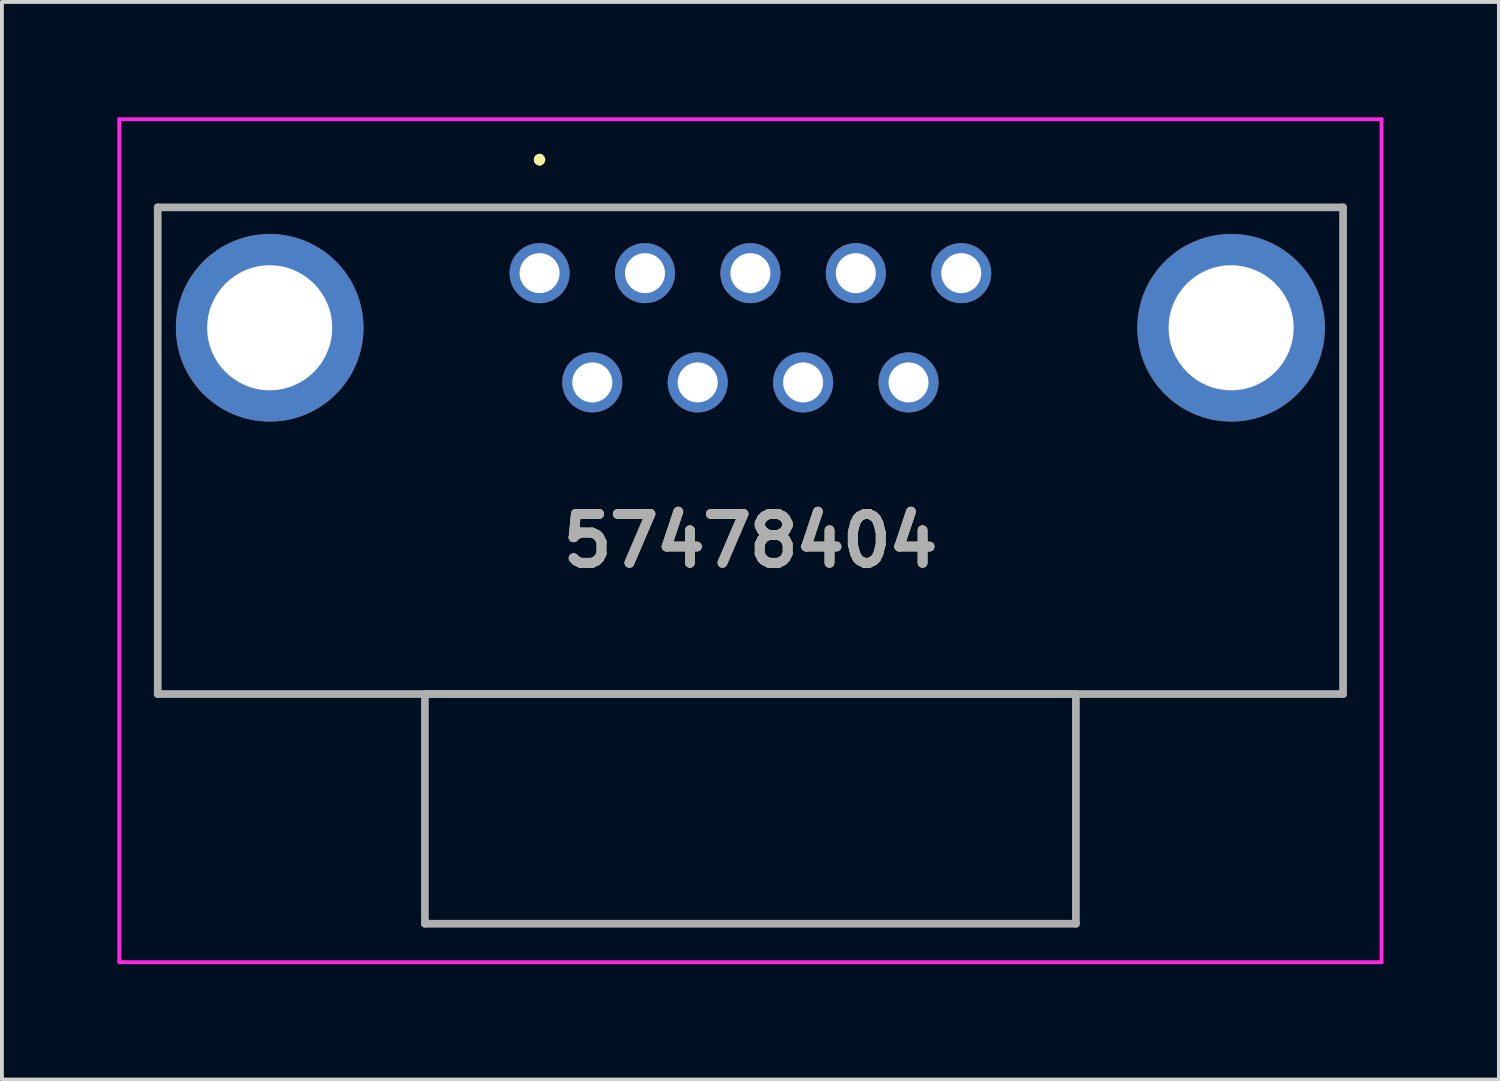
<source format=kicad_pcb>
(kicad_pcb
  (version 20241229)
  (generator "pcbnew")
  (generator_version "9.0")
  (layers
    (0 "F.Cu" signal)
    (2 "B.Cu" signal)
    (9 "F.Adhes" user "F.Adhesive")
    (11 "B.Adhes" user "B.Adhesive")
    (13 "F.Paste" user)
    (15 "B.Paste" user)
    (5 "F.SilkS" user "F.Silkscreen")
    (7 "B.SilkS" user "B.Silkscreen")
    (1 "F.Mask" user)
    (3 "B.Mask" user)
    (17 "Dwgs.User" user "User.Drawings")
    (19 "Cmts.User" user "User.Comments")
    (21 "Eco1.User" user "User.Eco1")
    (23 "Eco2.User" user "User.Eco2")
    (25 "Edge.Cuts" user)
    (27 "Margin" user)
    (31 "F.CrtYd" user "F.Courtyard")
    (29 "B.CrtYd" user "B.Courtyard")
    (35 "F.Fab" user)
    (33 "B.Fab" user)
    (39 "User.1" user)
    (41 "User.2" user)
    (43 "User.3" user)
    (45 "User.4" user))
  (footprint "57478404"
    (layer "F.Cu")
    (at 10.975 4.05)
    (property "Reference" "57478404" (at 5.48 6.955 0) (layer "F.SilkS") (effects (font (size 1.27 1.27) (thickness 0.254))))
    (attr through_hole)
    (fp_line (start -9.925 -1.71) (end -9.925 10.94) (stroke (width 0.1) (type solid)) (layer "F.SilkS"))
    (fp_line (start -9.925 10.94) (end 20.885 10.94) (stroke (width 0.1) (type solid)) (layer "F.SilkS"))
    (fp_line (start -2.98 10.94) (end -2.98 16.91) (stroke (width 0.1) (type solid)) (layer "F.SilkS"))
    (fp_line (start -2.98 16.91) (end 13.94 16.91) (stroke (width 0.1) (type solid)) (layer "F.SilkS"))
    (fp_line (start 0 -3) (end 0 -3) (stroke (width 0.2) (type solid)) (layer "F.SilkS"))
    (fp_line (start 0 -3) (end 0 -3) (stroke (width 0.2) (type solid)) (layer "F.SilkS"))
    (fp_line (start 0 -2.9) (end 0 -2.9) (stroke (width 0.2) (type solid)) (layer "F.SilkS"))
    (fp_line (start 13.94 10.94) (end -2.98 10.94) (stroke (width 0.1) (type solid)) (layer "F.SilkS"))
    (fp_line (start 13.94 16.91) (end 13.94 10.94) (stroke (width 0.1) (type solid)) (layer "F.SilkS"))
    (fp_line (start 20.885 -1.71) (end -9.925 -1.71) (stroke (width 0.1) (type solid)) (layer "F.SilkS"))
    (fp_line (start 20.885 10.94) (end 20.885 -1.71) (stroke (width 0.1) (type solid)) (layer "F.SilkS"))
    (fp_arc (start 0 -3) (mid 0.05 -2.95) (end 0 -2.9) (stroke (width 0.2) (type solid)) (layer "F.SilkS"))
    (fp_arc (start 0 -2.9) (mid -0.05 -2.95) (end 0 -3) (stroke (width 0.2) (type solid)) (layer "F.SilkS"))
    (fp_arc (start 0 -2.9) (mid -0.05 -2.95) (end 0 -3) (stroke (width 0.2) (type solid)) (layer "F.SilkS"))
    (fp_line (start -10.925 -4) (end -10.925 17.91) (stroke (width 0.1) (type solid)) (layer "F.CrtYd"))
    (fp_line (start -10.925 17.91) (end 21.885 17.91) (stroke (width 0.1) (type solid)) (layer "F.CrtYd"))
    (fp_line (start 21.885 -4) (end -10.925 -4) (stroke (width 0.1) (type solid)) (layer "F.CrtYd"))
    (fp_line (start 21.885 17.91) (end 21.885 -4) (stroke (width 0.1) (type solid)) (layer "F.CrtYd"))
    (fp_line (start -9.925 -1.71) (end 20.885 -1.71) (stroke (width 0.2) (type solid)) (layer "F.Fab"))
    (fp_line (start -9.925 10.94) (end -9.925 -1.71) (stroke (width 0.2) (type solid)) (layer "F.Fab"))
    (fp_line (start -2.98 10.94) (end -2.98 16.91) (stroke (width 0.2) (type solid)) (layer "F.Fab"))
    (fp_line (start -2.98 16.91) (end 13.94 16.91) (stroke (width 0.2) (type solid)) (layer "F.Fab"))
    (fp_line (start 13.94 10.94) (end -2.98 10.94) (stroke (width 0.2) (type solid)) (layer "F.Fab"))
    (fp_line (start 13.94 16.91) (end 13.94 10.94) (stroke (width 0.2) (type solid)) (layer "F.Fab"))
    (fp_line (start 20.885 -1.71) (end 20.885 10.94) (stroke (width 0.2) (type solid)) (layer "F.Fab"))
    (fp_line (start 20.885 10.94) (end -9.925 10.94) (stroke (width 0.2) (type solid)) (layer "F.Fab"))
    (fp_text user "${REFERENCE}" (at 5.48 6.955 0) (layer "F.Fab") (effects (font (size 1.27 1.27) (thickness 0.254))))
    (pad "1" thru_hole circle (at 0 0) (size 1.56 1.56) (drill 1.04) (layers "*.Cu" "*.Mask"))
    (pad "2" thru_hole circle (at 2.74 0) (size 1.56 1.56) (drill 1.04) (layers "*.Cu" "*.Mask"))
    (pad "3" thru_hole circle (at 5.48 0) (size 1.56 1.56) (drill 1.04) (layers "*.Cu" "*.Mask"))
    (pad "4" thru_hole circle (at 8.22 0) (size 1.56 1.56) (drill 1.04) (layers "*.Cu" "*.Mask"))
    (pad "5" thru_hole circle (at 10.96 0) (size 1.56 1.56) (drill 1.04) (layers "*.Cu" "*.Mask"))
    (pad "6" thru_hole circle (at 1.37 2.84) (size 1.56 1.56) (drill 1.04) (layers "*.Cu" "*.Mask"))
    (pad "7" thru_hole circle (at 4.11 2.84) (size 1.56 1.56) (drill 1.04) (layers "*.Cu" "*.Mask"))
    (pad "8" thru_hole circle (at 6.85 2.84) (size 1.56 1.56) (drill 1.04) (layers "*.Cu" "*.Mask"))
    (pad "9" thru_hole circle (at 9.59 2.84) (size 1.56 1.56) (drill 1.04) (layers "*.Cu" "*.Mask"))
    (pad "MH1" thru_hole circle (at -7.015 1.42) (size 4.875 4.875) (drill 3.25) (layers "*.Cu" "*.Mask"))
    (pad "MH2" thru_hole circle (at 17.975 1.42) (size 4.875 4.875) (drill 3.25) (layers "*.Cu" "*.Mask")))
  (gr_rect
    (start -3 -3)
    (end 35.91 25.01)
    (stroke (width 0.1) (type default))
    (fill no)
    (layer "Edge.Cuts")))
</source>
